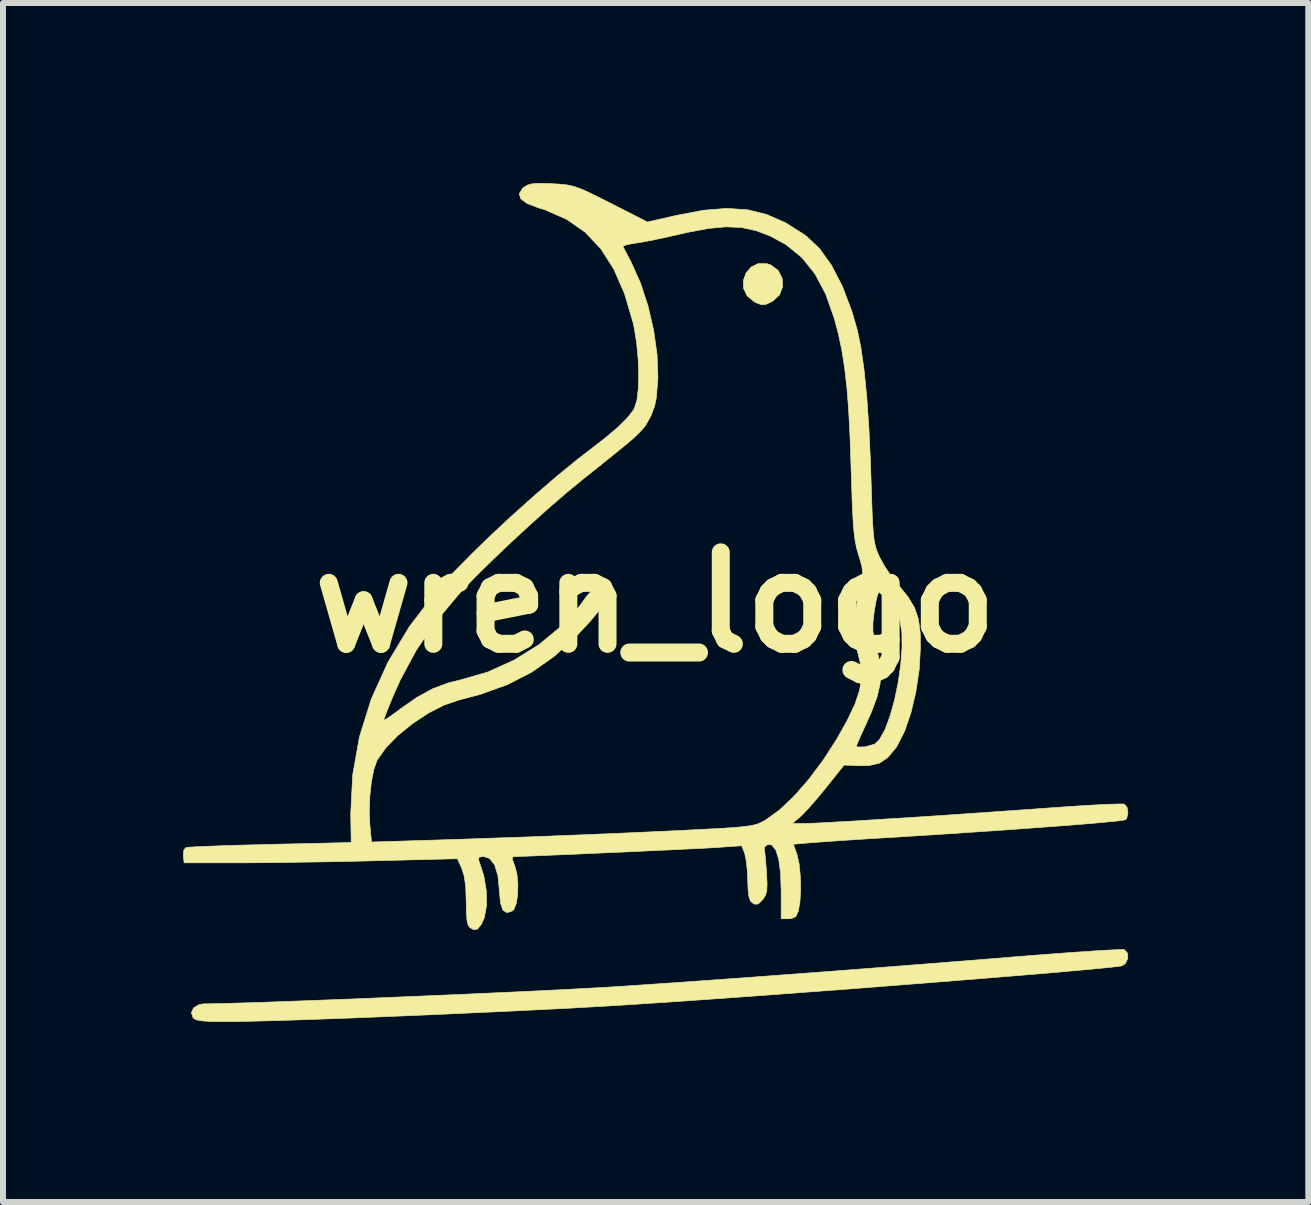
<source format=kicad_pcb>
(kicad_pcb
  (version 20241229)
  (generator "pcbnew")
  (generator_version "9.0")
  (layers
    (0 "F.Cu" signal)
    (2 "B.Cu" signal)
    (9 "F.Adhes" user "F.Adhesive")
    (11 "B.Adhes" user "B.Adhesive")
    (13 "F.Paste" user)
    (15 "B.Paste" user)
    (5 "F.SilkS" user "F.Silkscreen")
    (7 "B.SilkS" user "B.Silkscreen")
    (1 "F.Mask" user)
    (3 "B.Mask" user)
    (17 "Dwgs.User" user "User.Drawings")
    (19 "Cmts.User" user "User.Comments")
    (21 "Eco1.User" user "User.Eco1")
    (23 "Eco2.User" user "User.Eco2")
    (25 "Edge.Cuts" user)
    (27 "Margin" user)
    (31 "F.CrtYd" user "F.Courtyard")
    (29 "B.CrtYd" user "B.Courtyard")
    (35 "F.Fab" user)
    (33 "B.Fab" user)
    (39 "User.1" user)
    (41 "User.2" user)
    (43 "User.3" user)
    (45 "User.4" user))
  (footprint "wren_logo"
    (layer "F.Cu")
    (at 7.871 6.988)
    (property "Reference" "wren_logo" (at 0 0 0) (layer "F.SilkS") (effects (font (size 1.524 1.524) (thickness 0.3))))
    (attr through_hole)
    (fp_poly (pts (xy 1.859 -5.644) (xy 1.918 -5.625) (xy 2.043 -5.534) (xy 2.111 -5.404) (xy 2.119 -5.26) (xy 2.067 -5.124) (xy 1.953 -5.02) (xy 1.945 -5.015) (xy 1.841 -4.967) (xy 1.768 -4.96) (xy 1.682 -4.992) (xy 1.652 -5.007) (xy 1.529 -5.106) (xy 1.469 -5.23) (xy 1.465 -5.364) (xy 1.509 -5.489) (xy 1.595 -5.589) (xy 1.713 -5.646) (xy 1.859 -5.644)) (stroke (width 0.01) (type solid)) (fill yes) (layer "F.SilkS"))
    (fp_poly (pts (xy 7.812 5.785) (xy 7.866 5.843) (xy 7.871 5.931) (xy 7.83 6.015) (xy 7.779 6.053) (xy 7.72 6.063) (xy 7.583 6.079) (xy 7.375 6.1) (xy 7.102 6.125) (xy 6.772 6.155) (xy 6.39 6.188) (xy 5.964 6.223) (xy 5.5 6.261) (xy 5.005 6.301) (xy 4.486 6.342) (xy 3.949 6.384) (xy 3.4 6.427) (xy 2.847 6.469) (xy 2.296 6.51) (xy 1.754 6.55) (xy 1.227 6.588) (xy 0.722 6.624) (xy 0.247 6.657) (xy -0.194 6.686) (xy -0.529 6.708) (xy -0.918 6.731) (xy -1.358 6.756) (xy -1.839 6.781) (xy -2.352 6.806) (xy -2.886 6.831) (xy -3.432 6.856) (xy -3.98 6.88) (xy -4.52 6.902) (xy -5.041 6.923) (xy -5.535 6.941) (xy -5.99 6.957) (xy -6.398 6.969) (xy -6.747 6.978) (xy -7.029 6.984) (xy -7.181 6.985) (xy -7.405 6.982) (xy -7.558 6.972) (xy -7.652 6.954) (xy -7.7 6.926) (xy -7.702 6.924) (xy -7.733 6.837) (xy -7.695 6.756) (xy -7.604 6.701) (xy -7.523 6.688) (xy -7.358 6.686) (xy -7.117 6.68) (xy -6.81 6.671) (xy -6.446 6.659) (xy -6.035 6.644) (xy -5.584 6.627) (xy -5.105 6.609) (xy -4.605 6.588) (xy -4.095 6.567) (xy -3.582 6.545) (xy -3.077 6.523) (xy -2.589 6.501) (xy -2.126 6.48) (xy -1.699 6.459) (xy -1.316 6.439) (xy -0.986 6.421) (xy -0.826 6.412) (xy -0.459 6.389) (xy -0.017 6.359) (xy 0.49 6.324) (xy 1.052 6.284) (xy 1.66 6.24) (xy 2.304 6.192) (xy 2.975 6.142) (xy 3.662 6.089) (xy 4.357 6.035) (xy 5.049 5.98) (xy 5.73 5.926) (xy 5.981 5.905) (xy 6.361 5.875) (xy 6.716 5.848) (xy 7.037 5.825) (xy 7.314 5.806) (xy 7.539 5.793) (xy 7.702 5.785) (xy 7.795 5.783) (xy 7.812 5.785)) (stroke (width 0.01) (type solid)) (fill yes) (layer "F.SilkS"))
    (fp_poly (pts (xy -1.781 -6.979) (xy -1.724 -6.977) (xy -1.582 -6.969) (xy -1.468 -6.956) (xy -1.363 -6.933) (xy -1.25 -6.894) (xy -1.11 -6.832) (xy -0.927 -6.742) (xy -0.743 -6.649) (xy -0.134 -6.339) (xy 0.363 -6.452) (xy 0.803 -6.535) (xy 1.188 -6.566) (xy 1.534 -6.543) (xy 1.855 -6.464) (xy 2.166 -6.327) (xy 2.481 -6.128) (xy 2.514 -6.104) (xy 2.733 -5.898) (xy 2.935 -5.616) (xy 3.117 -5.263) (xy 3.274 -4.848) (xy 3.362 -4.543) (xy 3.422 -4.254) (xy 3.475 -3.884) (xy 3.52 -3.438) (xy 3.556 -2.919) (xy 3.583 -2.332) (xy 3.59 -2.117) (xy 3.601 -1.777) (xy 3.61 -1.511) (xy 3.62 -1.307) (xy 3.631 -1.152) (xy 3.645 -1.035) (xy 3.663 -0.945) (xy 3.686 -0.87) (xy 3.715 -0.798) (xy 3.732 -0.76) (xy 3.82 -0.6) (xy 3.94 -0.424) (xy 4.043 -0.297) (xy 4.207 -0.095) (xy 4.317 0.088) (xy 4.382 0.28) (xy 4.412 0.506) (xy 4.416 0.741) (xy 4.395 1.115) (xy 4.34 1.486) (xy 4.258 1.835) (xy 4.153 2.142) (xy 4.029 2.387) (xy 4.01 2.416) (xy 3.874 2.582) (xy 3.73 2.679) (xy 3.553 2.719) (xy 3.409 2.72) (xy 3.142 2.71) (xy 2.842 3.086) (xy 2.707 3.251) (xy 2.577 3.401) (xy 2.468 3.518) (xy 2.41 3.573) (xy 2.28 3.683) (xy 2.484 3.683) (xy 2.589 3.68) (xy 2.77 3.672) (xy 3.017 3.658) (xy 3.321 3.641) (xy 3.672 3.619) (xy 4.061 3.595) (xy 4.48 3.568) (xy 4.918 3.539) (xy 5.367 3.508) (xy 5.817 3.477) (xy 6.26 3.446) (xy 6.532 3.426) (xy 6.847 3.404) (xy 7.136 3.385) (xy 7.387 3.371) (xy 7.591 3.362) (xy 7.734 3.358) (xy 7.807 3.359) (xy 7.813 3.36) (xy 7.859 3.416) (xy 7.873 3.509) (xy 7.853 3.594) (xy 7.827 3.622) (xy 7.774 3.632) (xy 7.644 3.647) (xy 7.444 3.666) (xy 7.184 3.689) (xy 6.87 3.714) (xy 6.51 3.741) (xy 6.112 3.77) (xy 5.684 3.801) (xy 5.233 3.831) (xy 4.768 3.862) (xy 4.296 3.892) (xy 3.958 3.913) (xy 3.644 3.932) (xy 3.342 3.951) (xy 3.068 3.969) (xy 2.836 3.985) (xy 2.662 3.998) (xy 2.578 4.004) (xy 2.298 4.029) (xy 2.36 4.205) (xy 2.394 4.357) (xy 2.414 4.559) (xy 2.419 4.78) (xy 2.408 4.985) (xy 2.381 5.142) (xy 2.381 5.144) (xy 2.338 5.236) (xy 2.263 5.268) (xy 2.219 5.271) (xy 2.095 5.271) (xy 2.095 4.805) (xy 2.085 4.507) (xy 2.054 4.278) (xy 2.004 4.121) (xy 1.936 4.04) (xy 1.874 4.032) (xy 1.818 4.073) (xy 1.814 4.109) (xy 1.824 4.178) (xy 1.836 4.307) (xy 1.849 4.47) (xy 1.851 4.508) (xy 1.86 4.684) (xy 1.856 4.799) (xy 1.835 4.877) (xy 1.795 4.941) (xy 1.786 4.953) (xy 1.715 5.023) (xy 1.655 5.028) (xy 1.622 5.012) (xy 1.582 4.972) (xy 1.557 4.899) (xy 1.543 4.776) (xy 1.538 4.631) (xy 1.529 4.453) (xy 1.511 4.294) (xy 1.488 4.184) (xy 1.485 4.175) (xy 1.438 4.054) (xy 1.047 4.081) (xy 0.934 4.088) (xy 0.754 4.098) (xy 0.518 4.109) (xy 0.238 4.123) (xy -0.074 4.137) (xy -0.407 4.153) (xy -0.747 4.168) (xy -1.083 4.183) (xy -1.403 4.197) (xy -1.695 4.209) (xy -1.948 4.22) (xy -2.148 4.228) (xy -2.284 4.232) (xy -2.337 4.233) (xy -2.38 4.241) (xy -2.385 4.278) (xy -2.353 4.366) (xy -2.345 4.385) (xy -2.308 4.523) (xy -2.292 4.69) (xy -2.295 4.861) (xy -2.317 5.01) (xy -2.357 5.113) (xy -2.381 5.139) (xy -2.475 5.17) (xy -2.541 5.128) (xy -2.582 5.008) (xy -2.6 4.81) (xy -2.6 4.804) (xy -2.624 4.554) (xy -2.679 4.374) (xy -2.764 4.265) (xy -2.863 4.233) (xy -2.939 4.244) (xy -2.948 4.287) (xy -2.941 4.307) (xy -2.86 4.552) (xy -2.818 4.805) (xy -2.814 5.045) (xy -2.85 5.25) (xy -2.902 5.365) (xy -2.966 5.443) (xy -3.026 5.453) (xy -3.089 5.42) (xy -3.121 5.378) (xy -3.141 5.291) (xy -3.151 5.144) (xy -3.153 4.987) (xy -3.161 4.74) (xy -3.186 4.559) (xy -3.227 4.432) (xy -3.3 4.27) (xy -4.709 4.305) (xy -5.098 4.314) (xy -5.506 4.322) (xy -5.913 4.328) (xy -6.299 4.334) (xy -6.645 4.337) (xy -6.93 4.339) (xy -6.985 4.339) (xy -7.853 4.339) (xy -7.866 4.223) (xy -7.858 4.125) (xy -7.823 4.084) (xy -7.768 4.078) (xy -7.639 4.07) (xy -7.446 4.062) (xy -7.201 4.053) (xy -6.914 4.044) (xy -6.595 4.036) (xy -6.418 4.031) (xy -5.069 4) (xy -5.077 3.526) (xy -5.075 3.48) (xy -4.768 3.48) (xy -4.759 3.7) (xy -4.731 3.992) (xy -3.816 3.964) (xy -3.508 3.954) (xy -3.14 3.942) (xy -2.738 3.928) (xy -2.327 3.914) (xy -1.932 3.9) (xy -1.714 3.891) (xy -1.326 3.876) (xy -0.893 3.858) (xy -0.443 3.839) (xy -0.007 3.819) (xy 0.388 3.801) (xy 0.557 3.792) (xy 0.889 3.775) (xy 1.148 3.761) (xy 1.345 3.747) (xy 1.492 3.733) (xy 1.6 3.717) (xy 1.681 3.698) (xy 1.746 3.673) (xy 1.806 3.642) (xy 1.837 3.624) (xy 2.065 3.46) (xy 2.31 3.228) (xy 2.56 2.942) (xy 2.804 2.615) (xy 2.942 2.4) (xy 3.344 2.4) (xy 3.382 2.409) (xy 3.473 2.407) (xy 3.499 2.405) (xy 3.651 2.361) (xy 3.732 2.286) (xy 3.826 2.118) (xy 3.911 1.888) (xy 3.986 1.617) (xy 4.046 1.324) (xy 4.088 1.027) (xy 4.109 0.747) (xy 4.106 0.502) (xy 4.076 0.312) (xy 4.064 0.276) (xy 4.018 0.186) (xy 3.944 0.074) (xy 3.859 -0.037) (xy 3.782 -0.125) (xy 3.729 -0.168) (xy 3.723 -0.169) (xy 3.703 -0.131) (xy 3.677 -0.029) (xy 3.651 0.116) (xy 3.647 0.143) (xy 3.624 0.335) (xy 3.624 0.482) (xy 3.648 0.623) (xy 3.664 0.683) (xy 3.725 0.935) (xy 3.752 1.152) (xy 3.743 1.356) (xy 3.694 1.57) (xy 3.603 1.815) (xy 3.509 2.027) (xy 3.437 2.184) (xy 3.381 2.31) (xy 3.349 2.386) (xy 3.344 2.4) (xy 2.942 2.4) (xy 3.022 2.276) (xy 3.199 1.959) (xy 3.325 1.693) (xy 3.402 1.462) (xy 3.433 1.253) (xy 3.422 1.05) (xy 3.373 0.841) (xy 3.364 0.812) (xy 3.314 0.543) (xy 3.32 0.22) (xy 3.382 -0.149) (xy 3.406 -0.248) (xy 3.44 -0.391) (xy 3.452 -0.496) (xy 3.44 -0.599) (xy 3.403 -0.734) (xy 3.384 -0.795) (xy 3.356 -0.89) (xy 3.334 -0.99) (xy 3.316 -1.108) (xy 3.301 -1.254) (xy 3.289 -1.441) (xy 3.278 -1.68) (xy 3.268 -1.984) (xy 3.259 -2.265) (xy 3.242 -2.771) (xy 3.219 -3.206) (xy 3.19 -3.581) (xy 3.152 -3.909) (xy 3.106 -4.203) (xy 3.048 -4.476) (xy 2.98 -4.732) (xy 2.836 -5.14) (xy 2.658 -5.475) (xy 2.441 -5.746) (xy 2.177 -5.961) (xy 1.915 -6.104) (xy 1.676 -6.195) (xy 1.436 -6.247) (xy 1.179 -6.259) (xy 0.887 -6.232) (xy 0.541 -6.167) (xy 0.445 -6.145) (xy 0.216 -6.093) (xy -0.004 -6.046) (xy -0.193 -6.009) (xy -0.325 -5.987) (xy -0.33 -5.987) (xy -0.451 -5.966) (xy -0.527 -5.944) (xy -0.541 -5.932) (xy -0.516 -5.883) (xy -0.464 -5.783) (xy -0.406 -5.673) (xy -0.249 -5.321) (xy -0.122 -4.934) (xy -0.029 -4.53) (xy 0.027 -4.129) (xy 0.042 -3.75) (xy 0.015 -3.412) (xy -0.014 -3.272) (xy -0.073 -3.113) (xy -0.156 -2.963) (xy -0.194 -2.912) (xy -0.24 -2.86) (xy -0.289 -2.81) (xy -0.35 -2.752) (xy -0.431 -2.681) (xy -0.541 -2.589) (xy -0.689 -2.469) (xy -0.883 -2.313) (xy -1.132 -2.114) (xy -1.228 -2.038) (xy -1.485 -1.826) (xy -1.777 -1.574) (xy -2.088 -1.295) (xy -2.402 -1.005) (xy -2.704 -0.718) (xy -2.977 -0.45) (xy -3.205 -0.215) (xy -3.27 -0.144) (xy -3.662 0.324) (xy -3.985 0.796) (xy -4.253 1.294) (xy -4.378 1.575) (xy -4.444 1.737) (xy -4.495 1.867) (xy -4.525 1.948) (xy -4.53 1.964) (xy -4.499 1.951) (xy -4.416 1.896) (xy -4.298 1.811) (xy -4.251 1.775) (xy -3.97 1.579) (xy -3.714 1.439) (xy -3.456 1.342) (xy -3.25 1.291) (xy -2.796 1.16) (xy -2.354 0.96) (xy -1.94 0.703) (xy -1.57 0.397) (xy -1.259 0.054) (xy -1.153 -0.095) (xy -1.048 -0.214) (xy -0.95 -0.25) (xy -0.858 -0.203) (xy -0.844 -0.187) (xy -0.82 -0.113) (xy -0.849 -0.009) (xy -0.936 0.131) (xy -1.084 0.311) (xy -1.295 0.537) (xy -1.333 0.576) (xy -1.688 0.899) (xy -2.059 1.16) (xy -2.462 1.368) (xy -2.916 1.531) (xy -3.278 1.627) (xy -3.522 1.71) (xy -3.785 1.845) (xy -4.047 2.018) (xy -4.289 2.214) (xy -4.49 2.419) (xy -4.631 2.617) (xy -4.64 2.633) (xy -4.692 2.782) (xy -4.733 2.989) (xy -4.759 3.23) (xy -4.768 3.48) (xy -5.075 3.48) (xy -5.045 2.876) (xy -4.931 2.236) (xy -4.734 1.608) (xy -4.457 0.996) (xy -4.1 0.403) (xy -3.665 -0.167) (xy -3.59 -0.254) (xy -3.348 -0.518) (xy -3.052 -0.818) (xy -2.719 -1.14) (xy -2.363 -1.471) (xy -1.999 -1.796) (xy -1.643 -2.102) (xy -1.311 -2.374) (xy -1.101 -2.536) (xy -0.828 -2.748) (xy -0.621 -2.923) (xy -0.472 -3.07) (xy -0.374 -3.196) (xy -0.349 -3.239) (xy -0.309 -3.367) (xy -0.286 -3.559) (xy -0.279 -3.795) (xy -0.288 -4.055) (xy -0.313 -4.319) (xy -0.352 -4.569) (xy -0.373 -4.665) (xy -0.516 -5.147) (xy -0.695 -5.556) (xy -0.912 -5.895) (xy -1.171 -6.169) (xy -1.477 -6.382) (xy -1.834 -6.54) (xy -1.957 -6.578) (xy -2.14 -6.648) (xy -2.244 -6.726) (xy -2.269 -6.812) (xy -2.211 -6.901) (xy -2.197 -6.913) (xy -2.135 -6.953) (xy -2.06 -6.975) (xy -1.949 -6.983) (xy -1.781 -6.979)) (stroke (width 0.01) (type solid)) (fill yes) (layer "F.SilkS")))
  (gr_rect
    (start -3 -3)
    (end 18.749 16.978)
    (stroke (width 0.1) (type default))
    (fill no)
    (layer "Edge.Cuts")))
</source>
